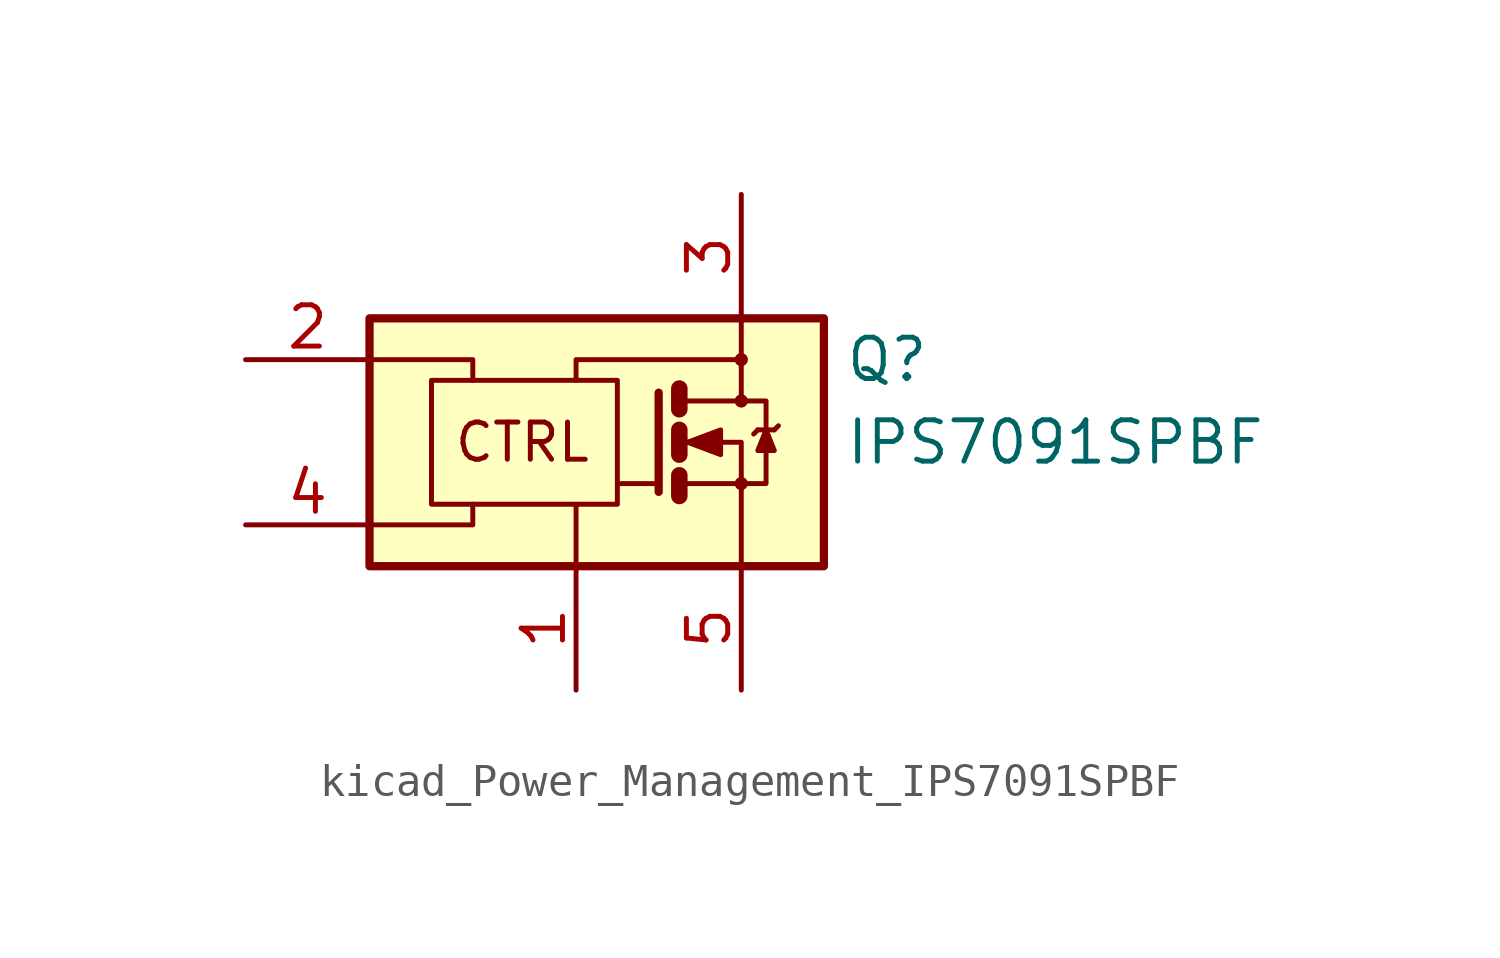
<source format=kicad_sym>
(kicad_symbol_lib
  (version 20220914)
  (generator kicad_symbol_editor)
  (symbol "kicad_Power_Management_IPS7091SPBF"
    (pin_names
      (offset 0) hide)
    (property "Reference" "Q"
      (at 8.255 2.54 0)
      (effects (font (size 1.27 1.27)) (justify left)))
    (property "Value" "IPS7091SPBF"
      (at 8.255 0 0)
      (effects (font (size 1.27 1.27)) (justify left)))
    (symbol "kicad_Power_Management_IPS7091SPBF_0_0"
      (rectangle (start -6.35 3.81) (end 7.62 -3.81) (stroke (width 0.254) (type default)) (fill (type background)))
      (polyline (pts (xy 0 -3.81) (xy 0 -1.905)) (stroke (width 0) (type default)) (fill (type none)))
      (polyline (pts (xy -6.35 -2.54) (xy -3.175 -2.54) (xy -3.175 -1.905)) (stroke (width 0) (type default)) (fill (type none)))
      (polyline (pts (xy -6.35 2.54) (xy -3.175 2.54) (xy -3.175 1.905)) (stroke (width 0) (type default)) (fill (type none)))
      (polyline (pts (xy 0 1.905) (xy 0 2.54) (xy 5.08 2.54)) (stroke (width 0) (type default)) (fill (type none)))
      (circle (center 5.08 2.54) (radius 0.127) (stroke (width 0) (type default)) (fill (type none)))
      (text "CTRL" (at -1.651 0 0) (effects (font (size 1.143 1.143)))))
    (symbol "kicad_Power_Management_IPS7091SPBF_0_1"
      (rectangle (start -4.445 1.905) (end 1.27 -1.905) (stroke (width 0) (type default)) (fill (type none)))
      (polyline (pts (xy 2.54 -1.27) (xy 1.27 -1.27)) (stroke (width 0) (type default)) (fill (type none)))
      (polyline (pts (xy 3.175 -1.016) (xy 3.175 -1.651)) (stroke (width 0.508) (type default)) (fill (type none)))
      (polyline (pts (xy 3.175 0.381) (xy 3.175 -0.381)) (stroke (width 0.508) (type default)) (fill (type none)))
      (polyline (pts (xy 3.175 1.651) (xy 3.175 1.016)) (stroke (width 0.508) (type default)) (fill (type none)))
      (polyline (pts (xy 5.08 1.27) (xy 5.08 3.81)) (stroke (width 0) (type default)) (fill (type none)))
      (polyline (pts (xy 5.588 0.381) (xy 5.461 0.254)) (stroke (width 0) (type default)) (fill (type none)))
      (polyline (pts (xy 5.588 0.381) (xy 6.096 0.381)) (stroke (width 0) (type default)) (fill (type none)))
      (polyline (pts (xy 6.096 0.381) (xy 6.223 0.508)) (stroke (width 0) (type default)) (fill (type none)))
      (polyline (pts (xy 2.54 1.524) (xy 2.54 -1.524) (xy 2.54 -1.524)) (stroke (width 0.254) (type default)) (fill (type none)))
      (polyline (pts (xy 3.302 0) (xy 5.08 0) (xy 5.08 -3.81)) (stroke (width 0) (type default)) (fill (type none)))
      (polyline (pts (xy 3.302 -1.27) (xy 5.842 -1.27) (xy 5.842 1.27) (xy 3.302 1.27)) (stroke (width 0) (type default)) (fill (type none)))
      (polyline (pts (xy 5.842 0.381) (xy 5.588 -0.254) (xy 6.096 -0.254) (xy 5.842 0.381)) (stroke (width 0) (type default)) (fill (type outline)))
      (polyline (pts (xy 3.429 0) (xy 4.445 0.381) (xy 4.445 -0.381) (xy 3.429 0) (xy 3.556 0) (xy 3.556 0)) (stroke (width 0) (type default)) (fill (type outline)))
      (circle (center 5.08 -1.27) (radius 0.127) (stroke (width 0) (type default)) (fill (type none)))
      (circle (center 5.08 1.27) (radius 0.127) (stroke (width 0) (type default)) (fill (type none))))
    (symbol "kicad_Power_Management_IPS7091SPBF_1_1"
      (pin power_in line (at 0 -7.62 90) (length 3.81) (name "GND" (effects (font (size 1.27 1.27)))) (number "1" (effects (font (size 1.27 1.27)))))
      (pin input line (at -10.16 2.54 0) (length 3.81) (name "IN" (effects (font (size 1.27 1.27)))) (number "2" (effects (font (size 1.27 1.27)))))
      (pin power_in line (at 5.08 7.62 270) (length 3.81) (name "VCC" (effects (font (size 1.27 1.27)))) (number "3" (effects (font (size 1.27 1.27)))))
      (pin bidirectional line (at -10.16 -2.54 0) (length 3.81) (name "DG" (effects (font (size 1.27 1.27)))) (number "4" (effects (font (size 1.27 1.27)))))
      (pin output line (at 5.08 -7.62 90) (length 3.81) (name "OUT" (effects (font (size 1.27 1.27)))) (number "5" (effects (font (size 1.27 1.27))))))))
</source>
